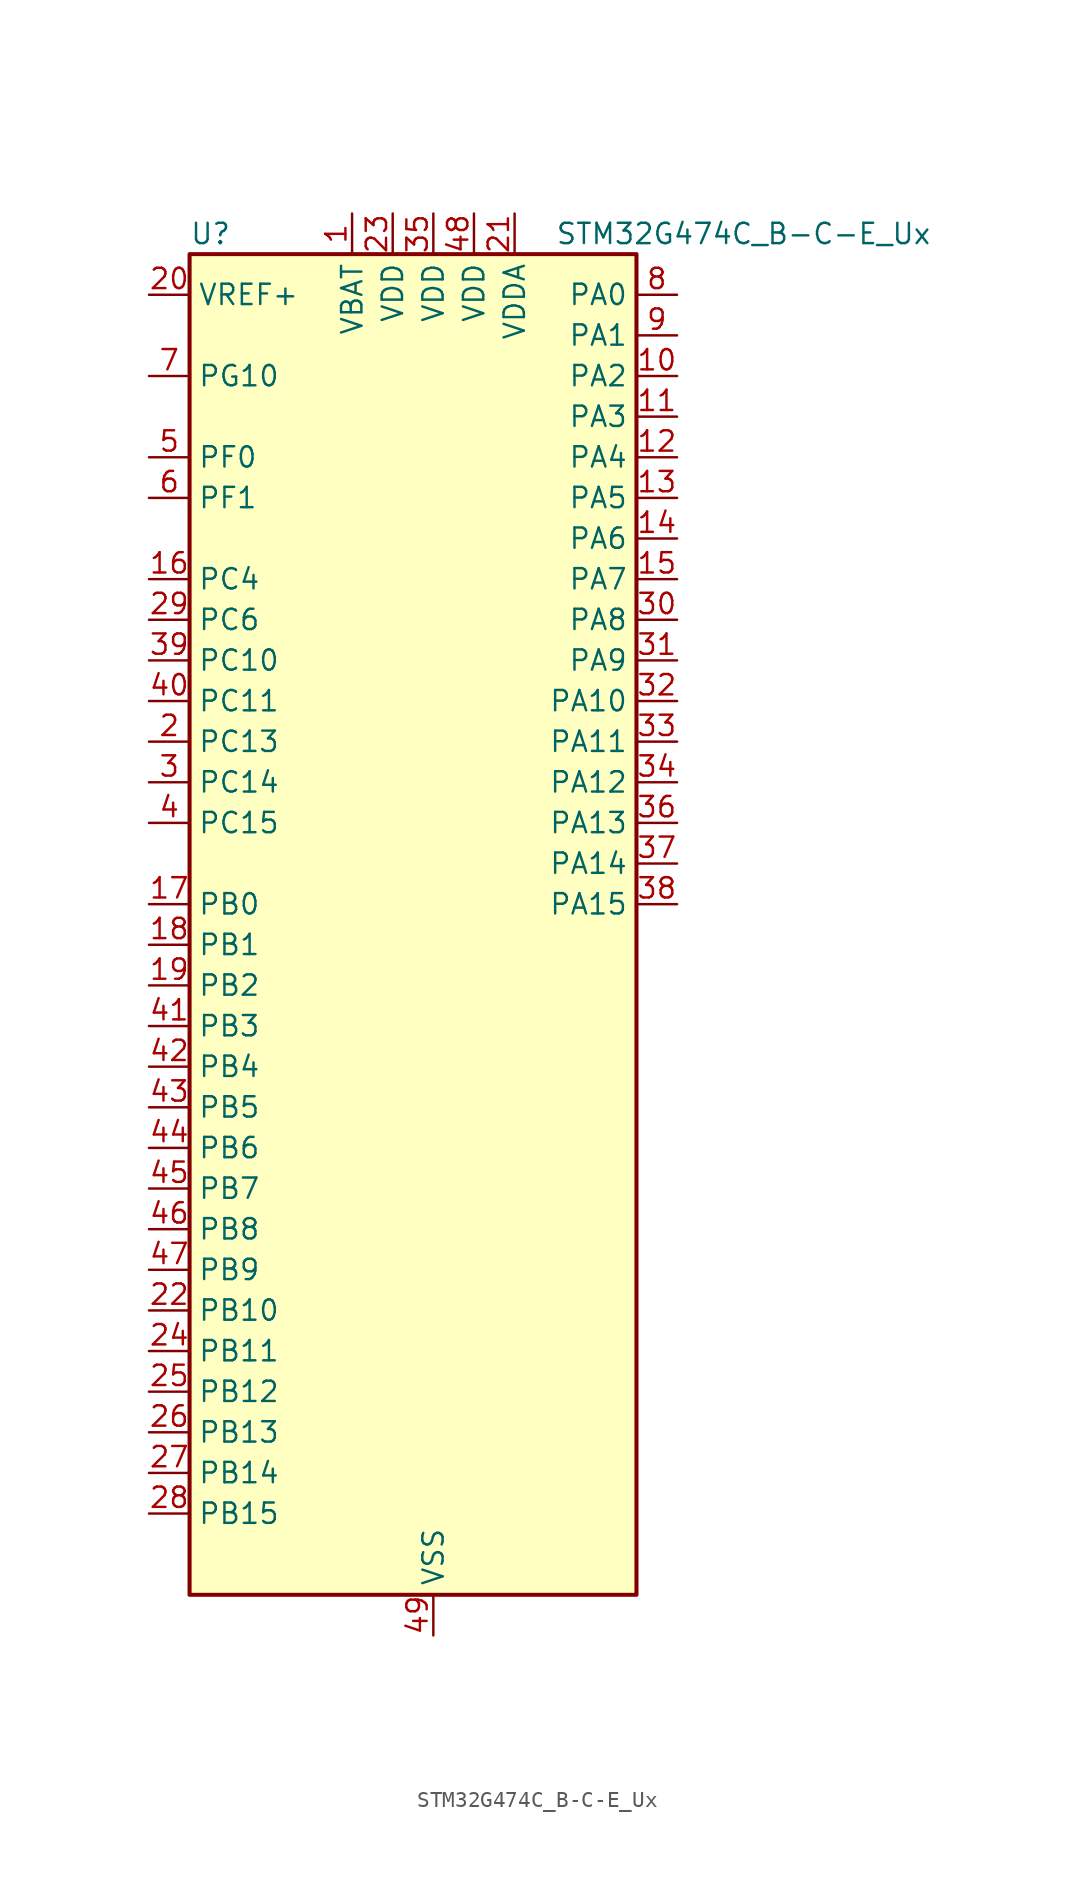
<source format=kicad_sym>
(kicad_symbol_lib
  (version 20231120)
  (generator "kicad_symbol_editor")
  (generator_version "8.0")
  (symbol "STM32G474C_B-C-E_Ux"
    (property "Reference" "U"
      (at -12.7 44.45 0)
      (effects (font (size 1.27 1.27)) (justify left)))
    (property "Value" "STM32G474C_B-C-E_Ux"
      (at 10.16 44.45 0)
      (effects (font (size 1.27 1.27)) (justify left)))
    (property "ki_locked" ""
      (at 0 0 0)
      (effects (font (size 1.27 1.27))))
    (symbol "STM32G474C_B-C-E_Ux_0_1"
      (rectangle (start -12.7 -40.64) (end 15.24 43.18) (stroke (width 0.254) (type default)) (fill (type background))))
    (symbol "STM32G474C_B-C-E_Ux_1_1"
      (pin power_in line (at -2.54 45.72 270) (length 2.54) (name "VBAT" (effects (font (size 1.27 1.27)))) (number "1" (effects (font (size 1.27 1.27)))))
      (pin bidirectional line (at 17.78 35.56 180) (length 2.54) (name "PA2" (effects (font (size 1.27 1.27)))) (number "10" (effects (font (size 1.27 1.27)))) (alternate "ADC1_IN3" bidirectional line) (alternate "ADC3_EXTI2" bidirectional line) (alternate "ADC4_EXTI2" bidirectional line) (alternate "ADC5_EXTI2" bidirectional line) (alternate "COMP2_INM" bidirectional line) (alternate "COMP2_OUT" bidirectional line) (alternate "LPUART1_TX" bidirectional line) (alternate "OPAMP1_VOUT" bidirectional line) (alternate "QUADSPI1_BK1_NCS" bidirectional line) (alternate "RCC_LSCO" bidirectional line) (alternate "SYS_WKUP4" bidirectional line) (alternate "TIM15_CH1" bidirectional line) (alternate "TIM2_CH3" bidirectional line) (alternate "TIM5_CH3" bidirectional line) (alternate "UCPD1_FRSTX1" bidirectional line) (alternate "UCPD1_FRSTX2" bidirectional line) (alternate "USART2_TX" bidirectional line))
      (pin bidirectional line (at 17.78 33.02 180) (length 2.54) (name "PA3" (effects (font (size 1.27 1.27)))) (number "11" (effects (font (size 1.27 1.27)))) (alternate "ADC1_IN4" bidirectional line) (alternate "ADC3_EXTI3" bidirectional line) (alternate "ADC4_EXTI3" bidirectional line) (alternate "ADC5_EXTI3" bidirectional line) (alternate "COMP2_INP" bidirectional line) (alternate "LPUART1_RX" bidirectional line) (alternate "OPAMP1_VINM" bidirectional line) (alternate "OPAMP1_VINM0" bidirectional line) (alternate "OPAMP1_VINM_SEC" bidirectional line) (alternate "OPAMP1_VINP" bidirectional line) (alternate "OPAMP1_VINP_SEC" bidirectional line) (alternate "OPAMP5_VINM" bidirectional line) (alternate "OPAMP5_VINM1" bidirectional line) (alternate "OPAMP5_VINM_SEC" bidirectional line) (alternate "QUADSPI1_CLK" bidirectional line) (alternate "SAI1_CK1" bidirectional line) (alternate "SAI1_MCLK_A" bidirectional line) (alternate "TIM15_CH2" bidirectional line) (alternate "TIM2_CH4" bidirectional line) (alternate "TIM5_CH4" bidirectional line) (alternate "USART2_RX" bidirectional line))
      (pin bidirectional line (at 17.78 30.48 180) (length 2.54) (name "PA4" (effects (font (size 1.27 1.27)))) (number "12" (effects (font (size 1.27 1.27)))) (alternate "ADC2_IN17" bidirectional line) (alternate "COMP1_INM" bidirectional line) (alternate "DAC1_OUT1" bidirectional line) (alternate "I2S3_WS" bidirectional line) (alternate "SAI1_FS_B" bidirectional line) (alternate "SPI1_NSS" bidirectional line) (alternate "SPI3_NSS" bidirectional line) (alternate "TIM3_CH2" bidirectional line) (alternate "USART2_CK" bidirectional line))
      (pin bidirectional line (at 17.78 27.94 180) (length 2.54) (name "PA5" (effects (font (size 1.27 1.27)))) (number "13" (effects (font (size 1.27 1.27)))) (alternate "ADC2_IN13" bidirectional line) (alternate "COMP2_INM" bidirectional line) (alternate "DAC1_OUT2" bidirectional line) (alternate "OPAMP2_VINM" bidirectional line) (alternate "OPAMP2_VINM0" bidirectional line) (alternate "OPAMP2_VINM_SEC" bidirectional line) (alternate "SPI1_SCK" bidirectional line) (alternate "TIM2_CH1" bidirectional line) (alternate "TIM2_ETR" bidirectional line) (alternate "UCPD1_FRSTX1" bidirectional line) (alternate "UCPD1_FRSTX2" bidirectional line))
      (pin bidirectional line (at 17.78 25.4 180) (length 2.54) (name "PA6" (effects (font (size 1.27 1.27)))) (number "14" (effects (font (size 1.27 1.27)))) (alternate "ADC2_IN3" bidirectional line) (alternate "COMP1_OUT" bidirectional line) (alternate "DAC2_OUT1" bidirectional line) (alternate "LPUART1_CTS" bidirectional line) (alternate "OPAMP2_VOUT" bidirectional line) (alternate "QUADSPI1_BK1_IO3" bidirectional line) (alternate "SPI1_MISO" bidirectional line) (alternate "TIM16_CH1" bidirectional line) (alternate "TIM1_BKIN" bidirectional line) (alternate "TIM3_CH1" bidirectional line) (alternate "TIM8_BKIN" bidirectional line))
      (pin bidirectional line (at 17.78 22.86 180) (length 2.54) (name "PA7" (effects (font (size 1.27 1.27)))) (number "15" (effects (font (size 1.27 1.27)))) (alternate "ADC2_IN4" bidirectional line) (alternate "COMP2_INP" bidirectional line) (alternate "COMP2_OUT" bidirectional line) (alternate "OPAMP1_VINP" bidirectional line) (alternate "OPAMP1_VINP_SEC" bidirectional line) (alternate "OPAMP2_VINP" bidirectional line) (alternate "OPAMP2_VINP_SEC" bidirectional line) (alternate "QUADSPI1_BK1_IO2" bidirectional line) (alternate "SPI1_MOSI" bidirectional line) (alternate "TIM17_CH1" bidirectional line) (alternate "TIM1_CH1N" bidirectional line) (alternate "TIM3_CH2" bidirectional line) (alternate "TIM8_CH1N" bidirectional line) (alternate "UCPD1_FRSTX1" bidirectional line) (alternate "UCPD1_FRSTX2" bidirectional line))
      (pin bidirectional line (at -15.24 22.86 0) (length 2.54) (name "PC4" (effects (font (size 1.27 1.27)))) (number "16" (effects (font (size 1.27 1.27)))) (alternate "ADC2_IN5" bidirectional line) (alternate "I2C2_SCL" bidirectional line) (alternate "QUADSPI1_BK2_IO3" bidirectional line) (alternate "TIM1_ETR" bidirectional line) (alternate "USART1_TX" bidirectional line))
      (pin bidirectional line (at -15.24 2.54 0) (length 2.54) (name "PB0" (effects (font (size 1.27 1.27)))) (number "17" (effects (font (size 1.27 1.27)))) (alternate "ADC1_IN15" bidirectional line) (alternate "ADC3_IN12" bidirectional line) (alternate "COMP4_INP" bidirectional line) (alternate "HRTIM1_FLT5" bidirectional line) (alternate "OPAMP2_VINP" bidirectional line) (alternate "OPAMP2_VINP_SEC" bidirectional line) (alternate "OPAMP3_VINP" bidirectional line) (alternate "OPAMP3_VINP_SEC" bidirectional line) (alternate "QUADSPI1_BK1_IO1" bidirectional line) (alternate "TIM1_CH2N" bidirectional line) (alternate "TIM3_CH3" bidirectional line) (alternate "TIM8_CH2N" bidirectional line) (alternate "UCPD1_FRSTX1" bidirectional line) (alternate "UCPD1_FRSTX2" bidirectional line))
      (pin bidirectional line (at -15.24 0 0) (length 2.54) (name "PB1" (effects (font (size 1.27 1.27)))) (number "18" (effects (font (size 1.27 1.27)))) (alternate "ADC1_IN12" bidirectional line) (alternate "ADC3_IN1" bidirectional line) (alternate "COMP1_INP" bidirectional line) (alternate "COMP4_OUT" bidirectional line) (alternate "HRTIM1_SCOUT" bidirectional line) (alternate "LPUART1_DE" bidirectional line) (alternate "LPUART1_RTS" bidirectional line) (alternate "OPAMP3_VOUT" bidirectional line) (alternate "OPAMP6_VINM" bidirectional line) (alternate "OPAMP6_VINM1" bidirectional line) (alternate "OPAMP6_VINM_SEC" bidirectional line) (alternate "QUADSPI1_BK1_IO0" bidirectional line) (alternate "TIM1_CH3N" bidirectional line) (alternate "TIM3_CH4" bidirectional line) (alternate "TIM8_CH3N" bidirectional line))
      (pin bidirectional line (at -15.24 -2.54 0) (length 2.54) (name "PB2" (effects (font (size 1.27 1.27)))) (number "19" (effects (font (size 1.27 1.27)))) (alternate "ADC2_IN12" bidirectional line) (alternate "ADC3_EXTI2" bidirectional line) (alternate "ADC4_EXTI2" bidirectional line) (alternate "ADC5_EXTI2" bidirectional line) (alternate "COMP4_INM" bidirectional line) (alternate "HRTIM1_SCIN" bidirectional line) (alternate "I2C3_SMBA" bidirectional line) (alternate "LPTIM1_OUT" bidirectional line) (alternate "OPAMP3_VINM" bidirectional line) (alternate "OPAMP3_VINM0" bidirectional line) (alternate "OPAMP3_VINM_SEC" bidirectional line) (alternate "QUADSPI1_BK2_IO1" bidirectional line) (alternate "RTC_OUT2" bidirectional line) (alternate "TIM20_CH1" bidirectional line) (alternate "TIM5_CH1" bidirectional line))
      (pin bidirectional line (at -15.24 12.7 0) (length 2.54) (name "PC13" (effects (font (size 1.27 1.27)))) (number "2" (effects (font (size 1.27 1.27)))) (alternate "RTC_OUT1" bidirectional line) (alternate "RTC_TAMP1" bidirectional line) (alternate "RTC_TS" bidirectional line) (alternate "SYS_WKUP2" bidirectional line) (alternate "TIM1_BKIN" bidirectional line) (alternate "TIM1_CH1N" bidirectional line) (alternate "TIM8_CH4N" bidirectional line))
      (pin input line (at -15.24 40.64 0) (length 2.54) (name "VREF+" (effects (font (size 1.27 1.27)))) (number "20" (effects (font (size 1.27 1.27)))) (alternate "VREFBUF_OUT" bidirectional line))
      (pin power_in line (at 7.62 45.72 270) (length 2.54) (name "VDDA" (effects (font (size 1.27 1.27)))) (number "21" (effects (font (size 1.27 1.27)))))
      (pin bidirectional line (at -15.24 -22.86 0) (length 2.54) (name "PB10" (effects (font (size 1.27 1.27)))) (number "22" (effects (font (size 1.27 1.27)))) (alternate "COMP5_INM" bidirectional line) (alternate "DAC1_EXTI10" bidirectional line) (alternate "DAC2_EXTI10" bidirectional line) (alternate "DAC3_EXTI10" bidirectional line) (alternate "DAC4_EXTI10" bidirectional line) (alternate "HRTIM1_FLT3" bidirectional line) (alternate "LPUART1_RX" bidirectional line) (alternate "OPAMP3_VINM" bidirectional line) (alternate "OPAMP3_VINM1" bidirectional line) (alternate "OPAMP3_VINM_SEC" bidirectional line) (alternate "OPAMP4_VINM" bidirectional line) (alternate "OPAMP4_VINM0" bidirectional line) (alternate "OPAMP4_VINM_SEC" bidirectional line) (alternate "QUADSPI1_CLK" bidirectional line) (alternate "SAI1_SCK_A" bidirectional line) (alternate "TIM1_BKIN" bidirectional line) (alternate "TIM2_CH3" bidirectional line) (alternate "USART3_TX" bidirectional line))
      (pin power_in line (at 0 45.72 270) (length 2.54) (name "VDD" (effects (font (size 1.27 1.27)))) (number "23" (effects (font (size 1.27 1.27)))))
      (pin bidirectional line (at -15.24 -25.4 0) (length 2.54) (name "PB11" (effects (font (size 1.27 1.27)))) (number "24" (effects (font (size 1.27 1.27)))) (alternate "ADC1_EXTI11" bidirectional line) (alternate "ADC1_IN14" bidirectional line) (alternate "ADC2_EXTI11" bidirectional line) (alternate "ADC2_IN14" bidirectional line) (alternate "COMP6_INP" bidirectional line) (alternate "HRTIM1_FLT4" bidirectional line) (alternate "LPUART1_TX" bidirectional line) (alternate "OPAMP4_VINP" bidirectional line) (alternate "OPAMP4_VINP_SEC" bidirectional line) (alternate "OPAMP6_VOUT" bidirectional line) (alternate "QUADSPI1_BK1_NCS" bidirectional line) (alternate "TIM2_CH4" bidirectional line) (alternate "USART3_RX" bidirectional line))
      (pin bidirectional line (at -15.24 -27.94 0) (length 2.54) (name "PB12" (effects (font (size 1.27 1.27)))) (number "25" (effects (font (size 1.27 1.27)))) (alternate "ADC1_IN11" bidirectional line) (alternate "ADC4_IN3" bidirectional line) (alternate "COMP7_INM" bidirectional line) (alternate "FDCAN2_RX" bidirectional line) (alternate "HRTIM1_CHC1" bidirectional line) (alternate "I2C2_SMBA" bidirectional line) (alternate "I2S2_WS" bidirectional line) (alternate "LPUART1_DE" bidirectional line) (alternate "LPUART1_RTS" bidirectional line) (alternate "OPAMP4_VOUT" bidirectional line) (alternate "OPAMP6_VINP" bidirectional line) (alternate "OPAMP6_VINP_SEC" bidirectional line) (alternate "SPI2_NSS" bidirectional line) (alternate "TIM1_BKIN" bidirectional line) (alternate "TIM5_ETR" bidirectional line) (alternate "USART3_CK" bidirectional line))
      (pin bidirectional line (at -15.24 -30.48 0) (length 2.54) (name "PB13" (effects (font (size 1.27 1.27)))) (number "26" (effects (font (size 1.27 1.27)))) (alternate "ADC3_IN5" bidirectional line) (alternate "COMP5_INP" bidirectional line) (alternate "FDCAN2_TX" bidirectional line) (alternate "HRTIM1_CHC2" bidirectional line) (alternate "I2S2_CK" bidirectional line) (alternate "LPUART1_CTS" bidirectional line) (alternate "OPAMP3_VINP" bidirectional line) (alternate "OPAMP3_VINP_SEC" bidirectional line) (alternate "OPAMP4_VINP" bidirectional line) (alternate "OPAMP4_VINP_SEC" bidirectional line) (alternate "OPAMP6_VINP" bidirectional line) (alternate "OPAMP6_VINP_SEC" bidirectional line) (alternate "SPI2_SCK" bidirectional line) (alternate "TIM1_CH1N" bidirectional line) (alternate "USART3_CTS" bidirectional line) (alternate "USART3_NSS" bidirectional line))
      (pin bidirectional line (at -15.24 -33.02 0) (length 2.54) (name "PB14" (effects (font (size 1.27 1.27)))) (number "27" (effects (font (size 1.27 1.27)))) (alternate "ADC1_IN5" bidirectional line) (alternate "ADC4_IN4" bidirectional line) (alternate "COMP4_OUT" bidirectional line) (alternate "COMP7_INP" bidirectional line) (alternate "HRTIM1_CHD1" bidirectional line) (alternate "OPAMP2_VINP" bidirectional line) (alternate "OPAMP2_VINP_SEC" bidirectional line) (alternate "OPAMP5_VINP" bidirectional line) (alternate "OPAMP5_VINP_SEC" bidirectional line) (alternate "SPI2_MISO" bidirectional line) (alternate "TIM15_CH1" bidirectional line) (alternate "TIM1_CH2N" bidirectional line) (alternate "USART3_DE" bidirectional line) (alternate "USART3_RTS" bidirectional line))
      (pin bidirectional line (at -15.24 -35.56 0) (length 2.54) (name "PB15" (effects (font (size 1.27 1.27)))) (number "28" (effects (font (size 1.27 1.27)))) (alternate "ADC1_EXTI15" bidirectional line) (alternate "ADC2_EXTI15" bidirectional line) (alternate "ADC2_IN15" bidirectional line) (alternate "ADC4_IN5" bidirectional line) (alternate "COMP3_OUT" bidirectional line) (alternate "COMP6_INM" bidirectional line) (alternate "HRTIM1_CHD2" bidirectional line) (alternate "I2S2_SD" bidirectional line) (alternate "OPAMP5_VINM" bidirectional line) (alternate "OPAMP5_VINM0" bidirectional line) (alternate "OPAMP5_VINM_SEC" bidirectional line) (alternate "RTC_REFIN" bidirectional line) (alternate "SPI2_MOSI" bidirectional line) (alternate "TIM15_CH1N" bidirectional line) (alternate "TIM15_CH2" bidirectional line) (alternate "TIM1_CH3N" bidirectional line))
      (pin bidirectional line (at -15.24 20.32 0) (length 2.54) (name "PC6" (effects (font (size 1.27 1.27)))) (number "29" (effects (font (size 1.27 1.27)))) (alternate "COMP6_OUT" bidirectional line) (alternate "HRTIM1_CHF1" bidirectional line) (alternate "HRTIM1_EEV10" bidirectional line) (alternate "I2C4_SCL" bidirectional line) (alternate "I2S2_MCK" bidirectional line) (alternate "TIM3_CH1" bidirectional line) (alternate "TIM8_CH1" bidirectional line))
      (pin bidirectional line (at -15.24 10.16 0) (length 2.54) (name "PC14" (effects (font (size 1.27 1.27)))) (number "3" (effects (font (size 1.27 1.27)))) (alternate "RCC_OSC32_IN" bidirectional line))
      (pin bidirectional line (at 17.78 20.32 180) (length 2.54) (name "PA8" (effects (font (size 1.27 1.27)))) (number "30" (effects (font (size 1.27 1.27)))) (alternate "ADC5_IN1" bidirectional line) (alternate "COMP7_OUT" bidirectional line) (alternate "FDCAN3_RX" bidirectional line) (alternate "HRTIM1_CHA1" bidirectional line) (alternate "I2C2_SDA" bidirectional line) (alternate "I2C3_SCL" bidirectional line) (alternate "I2S2_MCK" bidirectional line) (alternate "OPAMP5_VOUT" bidirectional line) (alternate "RCC_MCO" bidirectional line) (alternate "SAI1_CK2" bidirectional line) (alternate "SAI1_SCK_A" bidirectional line) (alternate "TIM1_CH1" bidirectional line) (alternate "TIM4_ETR" bidirectional line) (alternate "USART1_CK" bidirectional line))
      (pin bidirectional line (at 17.78 17.78 180) (length 2.54) (name "PA9" (effects (font (size 1.27 1.27)))) (number "31" (effects (font (size 1.27 1.27)))) (alternate "ADC5_IN2" bidirectional line) (alternate "COMP5_OUT" bidirectional line) (alternate "DAC1_EXTI9" bidirectional line) (alternate "DAC2_EXTI9" bidirectional line) (alternate "DAC3_EXTI9" bidirectional line) (alternate "DAC4_EXTI9" bidirectional line) (alternate "HRTIM1_CHA2" bidirectional line) (alternate "I2C2_SCL" bidirectional line) (alternate "I2C3_SMBA" bidirectional line) (alternate "I2S3_MCK" bidirectional line) (alternate "SAI1_FS_A" bidirectional line) (alternate "TIM15_BKIN" bidirectional line) (alternate "TIM1_CH2" bidirectional line) (alternate "TIM2_CH3" bidirectional line) (alternate "UCPD1_DBCC1" bidirectional line) (alternate "USART1_TX" bidirectional line))
      (pin bidirectional line (at 17.78 15.24 180) (length 2.54) (name "PA10" (effects (font (size 1.27 1.27)))) (number "32" (effects (font (size 1.27 1.27)))) (alternate "COMP6_OUT" bidirectional line) (alternate "CRS_SYNC" bidirectional line) (alternate "DAC1_EXTI10" bidirectional line) (alternate "DAC2_EXTI10" bidirectional line) (alternate "DAC3_EXTI10" bidirectional line) (alternate "DAC4_EXTI10" bidirectional line) (alternate "HRTIM1_CHB1" bidirectional line) (alternate "I2C2_SMBA" bidirectional line) (alternate "SAI1_D1" bidirectional line) (alternate "SAI1_SD_A" bidirectional line) (alternate "SPI2_MISO" bidirectional line) (alternate "TIM17_BKIN" bidirectional line) (alternate "TIM1_CH3" bidirectional line) (alternate "TIM2_CH4" bidirectional line) (alternate "TIM8_BKIN" bidirectional line) (alternate "UCPD1_DBCC2" bidirectional line) (alternate "USART1_RX" bidirectional line))
      (pin bidirectional line (at 17.78 12.7 180) (length 2.54) (name "PA11" (effects (font (size 1.27 1.27)))) (number "33" (effects (font (size 1.27 1.27)))) (alternate "ADC1_EXTI11" bidirectional line) (alternate "ADC2_EXTI11" bidirectional line) (alternate "COMP1_OUT" bidirectional line) (alternate "FDCAN1_RX" bidirectional line) (alternate "HRTIM1_CHB2" bidirectional line) (alternate "I2S2_SD" bidirectional line) (alternate "SPI2_MOSI" bidirectional line) (alternate "TIM1_BKIN2" bidirectional line) (alternate "TIM1_CH1N" bidirectional line) (alternate "TIM1_CH4" bidirectional line) (alternate "TIM4_CH1" bidirectional line) (alternate "USART1_CTS" bidirectional line) (alternate "USART1_NSS" bidirectional line) (alternate "USB_DM" bidirectional line))
      (pin bidirectional line (at 17.78 10.16 180) (length 2.54) (name "PA12" (effects (font (size 1.27 1.27)))) (number "34" (effects (font (size 1.27 1.27)))) (alternate "COMP2_OUT" bidirectional line) (alternate "FDCAN1_TX" bidirectional line) (alternate "HRTIM1_FLT1" bidirectional line) (alternate "I2S_CKIN" bidirectional line) (alternate "TIM16_CH1" bidirectional line) (alternate "TIM1_CH2N" bidirectional line) (alternate "TIM1_ETR" bidirectional line) (alternate "TIM4_CH2" bidirectional line) (alternate "USART1_DE" bidirectional line) (alternate "USART1_RTS" bidirectional line) (alternate "USB_DP" bidirectional line))
      (pin power_in line (at 2.54 45.72 270) (length 2.54) (name "VDD" (effects (font (size 1.27 1.27)))) (number "35" (effects (font (size 1.27 1.27)))))
      (pin bidirectional line (at 17.78 7.62 180) (length 2.54) (name "PA13" (effects (font (size 1.27 1.27)))) (number "36" (effects (font (size 1.27 1.27)))) (alternate "I2C1_SCL" bidirectional line) (alternate "I2C4_SCL" bidirectional line) (alternate "IR_OUT" bidirectional line) (alternate "SAI1_SD_B" bidirectional line) (alternate "SYS_JTMS-SWDIO" bidirectional line) (alternate "TIM16_CH1N" bidirectional line) (alternate "TIM4_CH3" bidirectional line) (alternate "USART3_CTS" bidirectional line) (alternate "USART3_NSS" bidirectional line))
      (pin bidirectional line (at 17.78 5.08 180) (length 2.54) (name "PA14" (effects (font (size 1.27 1.27)))) (number "37" (effects (font (size 1.27 1.27)))) (alternate "I2C1_SDA" bidirectional line) (alternate "I2C4_SMBA" bidirectional line) (alternate "LPTIM1_OUT" bidirectional line) (alternate "SAI1_FS_B" bidirectional line) (alternate "SYS_JTCK-SWCLK" bidirectional line) (alternate "TIM1_BKIN" bidirectional line) (alternate "TIM8_CH2" bidirectional line) (alternate "USART2_TX" bidirectional line))
      (pin bidirectional line (at 17.78 2.54 180) (length 2.54) (name "PA15" (effects (font (size 1.27 1.27)))) (number "38" (effects (font (size 1.27 1.27)))) (alternate "ADC1_EXTI15" bidirectional line) (alternate "ADC2_EXTI15" bidirectional line) (alternate "FDCAN3_TX" bidirectional line) (alternate "HRTIM1_FLT2" bidirectional line) (alternate "I2C1_SCL" bidirectional line) (alternate "I2S3_WS" bidirectional line) (alternate "SPI1_NSS" bidirectional line) (alternate "SPI3_NSS" bidirectional line) (alternate "SYS_JTDI" bidirectional line) (alternate "TIM1_BKIN" bidirectional line) (alternate "TIM2_CH1" bidirectional line) (alternate "TIM2_ETR" bidirectional line) (alternate "TIM8_CH1" bidirectional line) (alternate "UART4_DE" bidirectional line) (alternate "UART4_RTS" bidirectional line) (alternate "USART2_RX" bidirectional line))
      (pin bidirectional line (at -15.24 17.78 0) (length 2.54) (name "PC10" (effects (font (size 1.27 1.27)))) (number "39" (effects (font (size 1.27 1.27)))) (alternate "DAC1_EXTI10" bidirectional line) (alternate "DAC2_EXTI10" bidirectional line) (alternate "DAC3_EXTI10" bidirectional line) (alternate "DAC4_EXTI10" bidirectional line) (alternate "HRTIM1_FLT6" bidirectional line) (alternate "I2S3_CK" bidirectional line) (alternate "SPI3_SCK" bidirectional line) (alternate "TIM8_CH1N" bidirectional line) (alternate "UART4_TX" bidirectional line) (alternate "USART3_TX" bidirectional line))
      (pin bidirectional line (at -15.24 7.62 0) (length 2.54) (name "PC15" (effects (font (size 1.27 1.27)))) (number "4" (effects (font (size 1.27 1.27)))) (alternate "ADC1_EXTI15" bidirectional line) (alternate "ADC2_EXTI15" bidirectional line) (alternate "RCC_OSC32_OUT" bidirectional line))
      (pin bidirectional line (at -15.24 15.24 0) (length 2.54) (name "PC11" (effects (font (size 1.27 1.27)))) (number "40" (effects (font (size 1.27 1.27)))) (alternate "ADC1_EXTI11" bidirectional line) (alternate "ADC2_EXTI11" bidirectional line) (alternate "HRTIM1_EEV2" bidirectional line) (alternate "I2C3_SDA" bidirectional line) (alternate "SPI3_MISO" bidirectional line) (alternate "TIM8_CH2N" bidirectional line) (alternate "UART4_RX" bidirectional line) (alternate "USART3_RX" bidirectional line))
      (pin bidirectional line (at -15.24 -5.08 0) (length 2.54) (name "PB3" (effects (font (size 1.27 1.27)))) (number "41" (effects (font (size 1.27 1.27)))) (alternate "ADC3_EXTI3" bidirectional line) (alternate "ADC4_EXTI3" bidirectional line) (alternate "ADC5_EXTI3" bidirectional line) (alternate "CRS_SYNC" bidirectional line) (alternate "FDCAN3_RX" bidirectional line) (alternate "HRTIM1_EEV9" bidirectional line) (alternate "HRTIM1_SCOUT" bidirectional line) (alternate "I2S3_CK" bidirectional line) (alternate "SAI1_SCK_B" bidirectional line) (alternate "SPI1_SCK" bidirectional line) (alternate "SPI3_SCK" bidirectional line) (alternate "SYS_JTDO-SWO" bidirectional line) (alternate "TIM2_CH2" bidirectional line) (alternate "TIM3_ETR" bidirectional line) (alternate "TIM4_ETR" bidirectional line) (alternate "TIM8_CH1N" bidirectional line) (alternate "USART2_TX" bidirectional line))
      (pin bidirectional line (at -15.24 -7.62 0) (length 2.54) (name "PB4" (effects (font (size 1.27 1.27)))) (number "42" (effects (font (size 1.27 1.27)))) (alternate "FDCAN3_TX" bidirectional line) (alternate "HRTIM1_EEV7" bidirectional line) (alternate "SAI1_MCLK_B" bidirectional line) (alternate "SPI1_MISO" bidirectional line) (alternate "SPI3_MISO" bidirectional line) (alternate "SYS_JTRST" bidirectional line) (alternate "TIM16_CH1" bidirectional line) (alternate "TIM17_BKIN" bidirectional line) (alternate "TIM3_CH1" bidirectional line) (alternate "TIM8_CH2N" bidirectional line) (alternate "UCPD1_CC2" bidirectional line) (alternate "USART2_RX" bidirectional line))
      (pin bidirectional line (at -15.24 -10.16 0) (length 2.54) (name "PB5" (effects (font (size 1.27 1.27)))) (number "43" (effects (font (size 1.27 1.27)))) (alternate "FDCAN2_RX" bidirectional line) (alternate "HRTIM1_EEV6" bidirectional line) (alternate "I2C1_SMBA" bidirectional line) (alternate "I2C3_SDA" bidirectional line) (alternate "I2S3_SD" bidirectional line) (alternate "LPTIM1_IN1" bidirectional line) (alternate "SAI1_SD_B" bidirectional line) (alternate "SPI1_MOSI" bidirectional line) (alternate "SPI3_MOSI" bidirectional line) (alternate "TIM16_BKIN" bidirectional line) (alternate "TIM17_CH1" bidirectional line) (alternate "TIM3_CH2" bidirectional line) (alternate "TIM8_CH3N" bidirectional line) (alternate "USART2_CK" bidirectional line))
      (pin bidirectional line (at -15.24 -12.7 0) (length 2.54) (name "PB6" (effects (font (size 1.27 1.27)))) (number "44" (effects (font (size 1.27 1.27)))) (alternate "COMP4_OUT" bidirectional line) (alternate "FDCAN2_TX" bidirectional line) (alternate "HRTIM1_EEV4" bidirectional line) (alternate "HRTIM1_SCIN" bidirectional line) (alternate "LPTIM1_ETR" bidirectional line) (alternate "SAI1_FS_B" bidirectional line) (alternate "TIM16_CH1N" bidirectional line) (alternate "TIM4_CH1" bidirectional line) (alternate "TIM8_BKIN2" bidirectional line) (alternate "TIM8_CH1" bidirectional line) (alternate "TIM8_ETR" bidirectional line) (alternate "UCPD1_CC1" bidirectional line) (alternate "USART1_TX" bidirectional line))
      (pin bidirectional line (at -15.24 -15.24 0) (length 2.54) (name "PB7" (effects (font (size 1.27 1.27)))) (number "45" (effects (font (size 1.27 1.27)))) (alternate "COMP3_OUT" bidirectional line) (alternate "HRTIM1_EEV3" bidirectional line) (alternate "I2C1_SDA" bidirectional line) (alternate "I2C4_SDA" bidirectional line) (alternate "LPTIM1_IN2" bidirectional line) (alternate "SYS_PVD_IN" bidirectional line) (alternate "TIM17_CH1N" bidirectional line) (alternate "TIM3_CH4" bidirectional line) (alternate "TIM4_CH2" bidirectional line) (alternate "TIM8_BKIN" bidirectional line) (alternate "UART4_CTS" bidirectional line) (alternate "USART1_RX" bidirectional line))
      (pin bidirectional line (at -15.24 -17.78 0) (length 2.54) (name "PB8" (effects (font (size 1.27 1.27)))) (number "46" (effects (font (size 1.27 1.27)))) (alternate "COMP1_OUT" bidirectional line) (alternate "FDCAN1_RX" bidirectional line) (alternate "HRTIM1_EEV8" bidirectional line) (alternate "I2C1_SCL" bidirectional line) (alternate "SAI1_CK1" bidirectional line) (alternate "SAI1_MCLK_A" bidirectional line) (alternate "TIM16_CH1" bidirectional line) (alternate "TIM1_BKIN" bidirectional line) (alternate "TIM4_CH3" bidirectional line) (alternate "TIM8_CH2" bidirectional line) (alternate "USART3_RX" bidirectional line))
      (pin bidirectional line (at -15.24 -20.32 0) (length 2.54) (name "PB9" (effects (font (size 1.27 1.27)))) (number "47" (effects (font (size 1.27 1.27)))) (alternate "COMP2_OUT" bidirectional line) (alternate "DAC1_EXTI9" bidirectional line) (alternate "DAC2_EXTI9" bidirectional line) (alternate "DAC3_EXTI9" bidirectional line) (alternate "DAC4_EXTI9" bidirectional line) (alternate "FDCAN1_TX" bidirectional line) (alternate "HRTIM1_EEV5" bidirectional line) (alternate "I2C1_SDA" bidirectional line) (alternate "IR_OUT" bidirectional line) (alternate "SAI1_D2" bidirectional line) (alternate "SAI1_FS_A" bidirectional line) (alternate "TIM17_CH1" bidirectional line) (alternate "TIM1_CH3N" bidirectional line) (alternate "TIM4_CH4" bidirectional line) (alternate "TIM8_CH3" bidirectional line) (alternate "USART3_TX" bidirectional line))
      (pin power_in line (at 5.08 45.72 270) (length 2.54) (name "VDD" (effects (font (size 1.27 1.27)))) (number "48" (effects (font (size 1.27 1.27)))))
      (pin power_in line (at 2.54 -43.18 90) (length 2.54) (name "VSS" (effects (font (size 1.27 1.27)))) (number "49" (effects (font (size 1.27 1.27)))))
      (pin bidirectional line (at -15.24 30.48 0) (length 2.54) (name "PF0" (effects (font (size 1.27 1.27)))) (number "5" (effects (font (size 1.27 1.27)))) (alternate "ADC1_IN10" bidirectional line) (alternate "I2C2_SDA" bidirectional line) (alternate "I2S2_WS" bidirectional line) (alternate "RCC_OSC_IN" bidirectional line) (alternate "SPI2_NSS" bidirectional line) (alternate "TIM1_CH3N" bidirectional line))
      (pin bidirectional line (at -15.24 27.94 0) (length 2.54) (name "PF1" (effects (font (size 1.27 1.27)))) (number "6" (effects (font (size 1.27 1.27)))) (alternate "ADC2_IN10" bidirectional line) (alternate "COMP3_INM" bidirectional line) (alternate "I2S2_CK" bidirectional line) (alternate "RCC_OSC_OUT" bidirectional line) (alternate "SPI2_SCK" bidirectional line))
      (pin bidirectional line (at -15.24 35.56 0) (length 2.54) (name "PG10" (effects (font (size 1.27 1.27)))) (number "7" (effects (font (size 1.27 1.27)))) (alternate "DAC1_EXTI10" bidirectional line) (alternate "DAC2_EXTI10" bidirectional line) (alternate "DAC3_EXTI10" bidirectional line) (alternate "DAC4_EXTI10" bidirectional line) (alternate "RCC_MCO" bidirectional line))
      (pin bidirectional line (at 17.78 40.64 180) (length 2.54) (name "PA0" (effects (font (size 1.27 1.27)))) (number "8" (effects (font (size 1.27 1.27)))) (alternate "ADC1_IN1" bidirectional line) (alternate "ADC2_IN1" bidirectional line) (alternate "COMP1_INM" bidirectional line) (alternate "COMP1_OUT" bidirectional line) (alternate "COMP3_INP" bidirectional line) (alternate "RTC_TAMP2" bidirectional line) (alternate "SYS_WKUP1" bidirectional line) (alternate "TIM2_CH1" bidirectional line) (alternate "TIM2_ETR" bidirectional line) (alternate "TIM5_CH1" bidirectional line) (alternate "TIM8_BKIN" bidirectional line) (alternate "TIM8_ETR" bidirectional line) (alternate "USART2_CTS" bidirectional line) (alternate "USART2_NSS" bidirectional line))
      (pin bidirectional line (at 17.78 38.1 180) (length 2.54) (name "PA1" (effects (font (size 1.27 1.27)))) (number "9" (effects (font (size 1.27 1.27)))) (alternate "ADC1_IN2" bidirectional line) (alternate "ADC2_IN2" bidirectional line) (alternate "COMP1_INP" bidirectional line) (alternate "OPAMP1_VINP" bidirectional line) (alternate "OPAMP1_VINP_SEC" bidirectional line) (alternate "OPAMP3_VINP" bidirectional line) (alternate "OPAMP3_VINP_SEC" bidirectional line) (alternate "OPAMP6_VINM" bidirectional line) (alternate "OPAMP6_VINM0" bidirectional line) (alternate "OPAMP6_VINM_SEC" bidirectional line) (alternate "RTC_REFIN" bidirectional line) (alternate "TIM15_CH1N" bidirectional line) (alternate "TIM2_CH2" bidirectional line) (alternate "TIM5_CH2" bidirectional line) (alternate "USART2_DE" bidirectional line) (alternate "USART2_RTS" bidirectional line)))))
</source>
